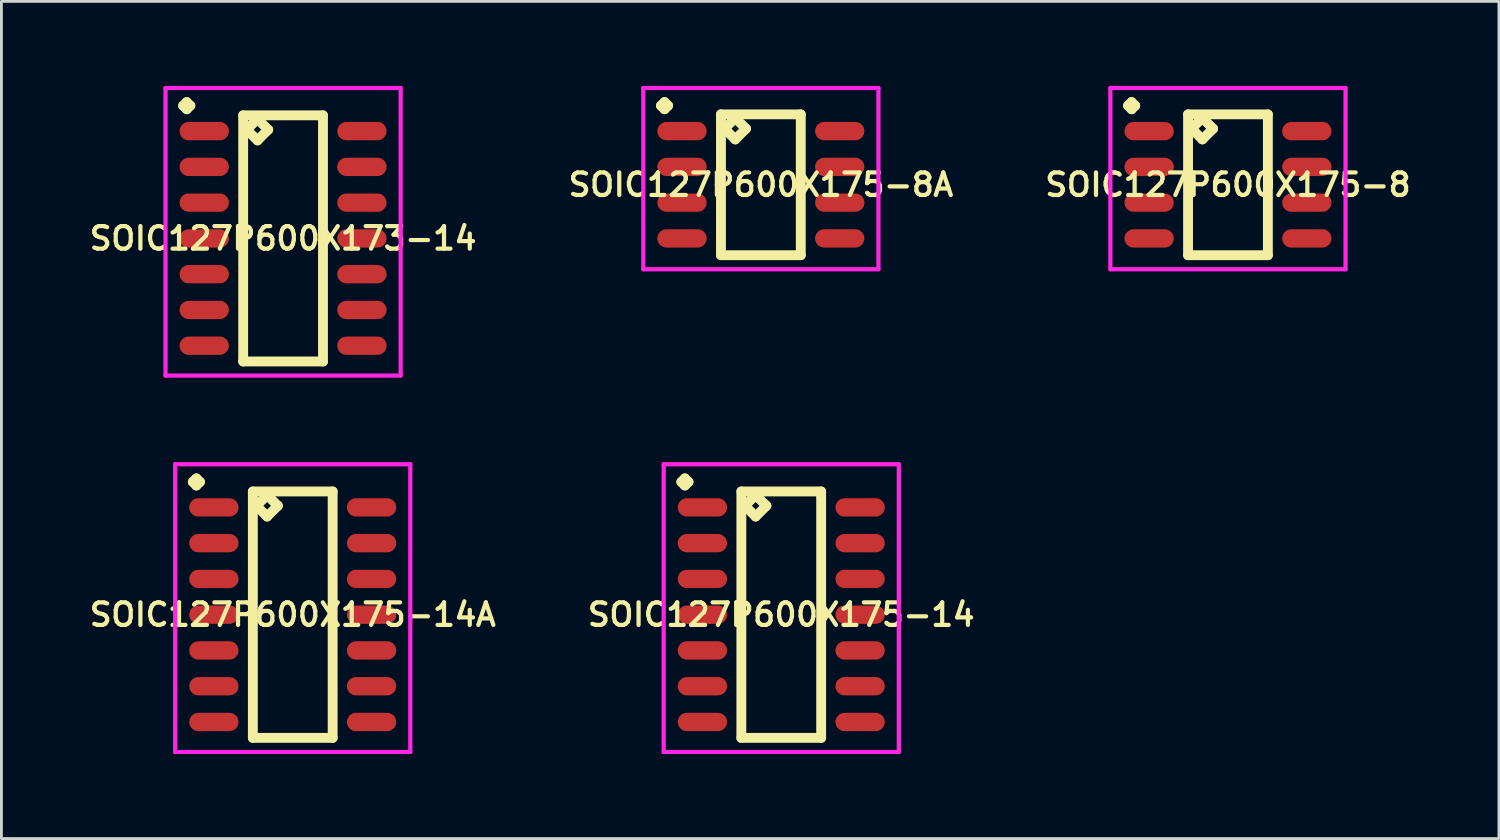
<source format=kicad_pcb>
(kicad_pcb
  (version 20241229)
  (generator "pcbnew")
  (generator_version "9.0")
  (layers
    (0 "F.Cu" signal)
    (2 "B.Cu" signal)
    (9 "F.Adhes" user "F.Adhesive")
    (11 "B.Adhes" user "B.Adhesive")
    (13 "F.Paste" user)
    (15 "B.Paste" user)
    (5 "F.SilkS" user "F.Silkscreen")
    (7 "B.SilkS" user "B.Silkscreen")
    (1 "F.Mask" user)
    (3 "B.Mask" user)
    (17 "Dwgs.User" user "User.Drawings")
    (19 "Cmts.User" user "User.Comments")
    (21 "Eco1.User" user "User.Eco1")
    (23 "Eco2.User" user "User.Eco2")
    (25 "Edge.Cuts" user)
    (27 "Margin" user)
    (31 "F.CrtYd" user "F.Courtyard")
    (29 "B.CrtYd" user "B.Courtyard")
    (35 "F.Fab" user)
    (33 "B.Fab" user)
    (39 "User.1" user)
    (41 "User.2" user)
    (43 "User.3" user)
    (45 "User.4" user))
  (footprint "SOIC127P600X175-8"
    (layer "F.Cu")
    (at 40.554 3.511)
    (property "Reference" "SOIC127P600X175-8" (at 0 0 0) (layer "F.SilkS") (effects (font (size 0.8 0.8) (thickness 0.15))))
    (attr smd)
    (fp_line (start -3.548 -2.809) (end -3.421 -2.936) (stroke (width 0.35) (type solid)) (layer "F.SilkS"))
    (fp_line (start -3.421 -2.936) (end -3.294 -2.809) (stroke (width 0.35) (type solid)) (layer "F.SilkS"))
    (fp_line (start -3.421 -2.682) (end -3.548 -2.809) (stroke (width 0.35) (type solid)) (layer "F.SilkS"))
    (fp_line (start -3.294 -2.809) (end -3.421 -2.682) (stroke (width 0.35) (type solid)) (layer "F.SilkS"))
    (fp_line (start -1.417 -2.5) (end -1.417 2.5) (stroke (width 0.35) (type solid)) (layer "F.SilkS"))
    (fp_line (start -1.417 2.5) (end 1.417 2.5) (stroke (width 0.35) (type solid)) (layer "F.SilkS"))
    (fp_line (start -1.29 -1.992) (end -0.909 -2.373) (stroke (width 0.35) (type solid)) (layer "F.SilkS"))
    (fp_line (start -0.909 -2.373) (end -0.528 -1.992) (stroke (width 0.35) (type solid)) (layer "F.SilkS"))
    (fp_line (start -0.909 -1.611) (end -1.29 -1.992) (stroke (width 0.35) (type solid)) (layer "F.SilkS"))
    (fp_line (start -0.528 -1.992) (end -0.909 -1.611) (stroke (width 0.35) (type solid)) (layer "F.SilkS"))
    (fp_line (start 1.417 -2.5) (end -1.417 -2.5) (stroke (width 0.35) (type solid)) (layer "F.SilkS"))
    (fp_line (start 1.417 2.5) (end 1.417 -2.5) (stroke (width 0.35) (type solid)) (layer "F.SilkS"))
    (fp_line (start -4.175 -3.436) (end 4.175 -3.436) (stroke (width 0.15) (type solid)) (layer "F.CrtYd"))
    (fp_line (start -4.175 3) (end -4.175 -3.436) (stroke (width 0.15) (type solid)) (layer "F.CrtYd"))
    (fp_line (start 4.175 -3.436) (end 4.175 3) (stroke (width 0.15) (type solid)) (layer "F.CrtYd"))
    (fp_line (start 4.175 3) (end -4.175 3) (stroke (width 0.15) (type solid)) (layer "F.CrtYd"))
    (pad "1" smd oval (at -2.8 -1.905) (size 1.75 0.65) (layers "F.Cu" "F.Mask" "F.Paste"))
    (pad "2" smd oval (at -2.8 -0.635) (size 1.75 0.65) (layers "F.Cu" "F.Mask" "F.Paste"))
    (pad "3" smd oval (at -2.8 0.635) (size 1.75 0.65) (layers "F.Cu" "F.Mask" "F.Paste"))
    (pad "4" smd oval (at -2.8 1.905) (size 1.75 0.65) (layers "F.Cu" "F.Mask" "F.Paste"))
    (pad "5" smd oval (at 2.8 1.905) (size 1.75 0.65) (layers "F.Cu" "F.Mask" "F.Paste"))
    (pad "6" smd oval (at 2.8 0.635) (size 1.75 0.65) (layers "F.Cu" "F.Mask" "F.Paste"))
    (pad "7" smd oval (at 2.8 -0.635) (size 1.75 0.65) (layers "F.Cu" "F.Mask" "F.Paste"))
    (pad "8" smd oval (at 2.8 -1.905) (size 1.75 0.65) (layers "F.Cu" "F.Mask" "F.Paste")))
  (footprint "SOIC127P600X173-14"
    (layer "F.Cu")
    (at 7.002 5.416)
    (property "Reference" "SOIC127P600X173-14" (at 0 0 0) (layer "F.SilkS") (effects (font (size 0.8 0.8) (thickness 0.15))))
    (attr smd)
    (fp_line (start -3.548 -4.714) (end -3.421 -4.841) (stroke (width 0.35) (type solid)) (layer "F.SilkS"))
    (fp_line (start -3.421 -4.841) (end -3.294 -4.714) (stroke (width 0.35) (type solid)) (layer "F.SilkS"))
    (fp_line (start -3.421 -4.587) (end -3.548 -4.714) (stroke (width 0.35) (type solid)) (layer "F.SilkS"))
    (fp_line (start -3.294 -4.714) (end -3.421 -4.587) (stroke (width 0.35) (type solid)) (layer "F.SilkS"))
    (fp_line (start -1.417 -4.37) (end -1.417 4.37) (stroke (width 0.35) (type solid)) (layer "F.SilkS"))
    (fp_line (start -1.417 4.37) (end 1.417 4.37) (stroke (width 0.35) (type solid)) (layer "F.SilkS"))
    (fp_line (start -1.29 -3.862) (end -0.909 -4.243) (stroke (width 0.35) (type solid)) (layer "F.SilkS"))
    (fp_line (start -0.909 -4.243) (end -0.528 -3.862) (stroke (width 0.35) (type solid)) (layer "F.SilkS"))
    (fp_line (start -0.909 -3.481) (end -1.29 -3.862) (stroke (width 0.35) (type solid)) (layer "F.SilkS"))
    (fp_line (start -0.528 -3.862) (end -0.909 -3.481) (stroke (width 0.35) (type solid)) (layer "F.SilkS"))
    (fp_line (start 1.417 -4.37) (end -1.417 -4.37) (stroke (width 0.35) (type solid)) (layer "F.SilkS"))
    (fp_line (start 1.417 4.37) (end 1.417 -4.37) (stroke (width 0.35) (type solid)) (layer "F.SilkS"))
    (fp_line (start -4.175 -5.341) (end 4.175 -5.341) (stroke (width 0.15) (type solid)) (layer "F.CrtYd"))
    (fp_line (start -4.175 4.87) (end -4.175 -5.341) (stroke (width 0.15) (type solid)) (layer "F.CrtYd"))
    (fp_line (start 4.175 -5.341) (end 4.175 4.87) (stroke (width 0.15) (type solid)) (layer "F.CrtYd"))
    (fp_line (start 4.175 4.87) (end -4.175 4.87) (stroke (width 0.15) (type solid)) (layer "F.CrtYd"))
    (pad "1" smd oval (at -2.8 -3.81) (size 1.75 0.65) (layers "F.Cu" "F.Mask" "F.Paste"))
    (pad "2" smd oval (at -2.8 -2.54) (size 1.75 0.65) (layers "F.Cu" "F.Mask" "F.Paste"))
    (pad "3" smd oval (at -2.8 -1.27) (size 1.75 0.65) (layers "F.Cu" "F.Mask" "F.Paste"))
    (pad "4" smd oval (at -2.8 0) (size 1.75 0.65) (layers "F.Cu" "F.Mask" "F.Paste"))
    (pad "5" smd oval (at -2.8 1.27) (size 1.75 0.65) (layers "F.Cu" "F.Mask" "F.Paste"))
    (pad "6" smd oval (at -2.8 2.54) (size 1.75 0.65) (layers "F.Cu" "F.Mask" "F.Paste"))
    (pad "7" smd oval (at -2.8 3.81) (size 1.75 0.65) (layers "F.Cu" "F.Mask" "F.Paste"))
    (pad "8" smd oval (at 2.8 3.81) (size 1.75 0.65) (layers "F.Cu" "F.Mask" "F.Paste"))
    (pad "9" smd oval (at 2.8 2.54) (size 1.75 0.65) (layers "F.Cu" "F.Mask" "F.Paste"))
    (pad "10" smd oval (at 2.8 1.27) (size 1.75 0.65) (layers "F.Cu" "F.Mask" "F.Paste"))
    (pad "11" smd oval (at 2.8 0) (size 1.75 0.65) (layers "F.Cu" "F.Mask" "F.Paste"))
    (pad "12" smd oval (at 2.8 -1.27) (size 1.75 0.65) (layers "F.Cu" "F.Mask" "F.Paste"))
    (pad "13" smd oval (at 2.8 -2.54) (size 1.75 0.65) (layers "F.Cu" "F.Mask" "F.Paste"))
    (pad "14" smd oval (at 2.8 -3.81) (size 1.75 0.65) (layers "F.Cu" "F.Mask" "F.Paste")))
  (footprint "SOIC127P600X175-14"
    (layer "F.Cu")
    (at 24.692 18.777)
    (property "Reference" "SOIC127P600X175-14" (at 0 0 0) (layer "F.SilkS") (effects (font (size 0.8 0.8) (thickness 0.15))))
    (attr smd)
    (fp_line (start -3.548 -4.714) (end -3.421 -4.841) (stroke (width 0.35) (type solid)) (layer "F.SilkS"))
    (fp_line (start -3.421 -4.841) (end -3.294 -4.714) (stroke (width 0.35) (type solid)) (layer "F.SilkS"))
    (fp_line (start -3.421 -4.587) (end -3.548 -4.714) (stroke (width 0.35) (type solid)) (layer "F.SilkS"))
    (fp_line (start -3.294 -4.714) (end -3.421 -4.587) (stroke (width 0.35) (type solid)) (layer "F.SilkS"))
    (fp_line (start -1.417 -4.375) (end -1.417 4.375) (stroke (width 0.35) (type solid)) (layer "F.SilkS"))
    (fp_line (start -1.417 4.375) (end 1.417 4.375) (stroke (width 0.35) (type solid)) (layer "F.SilkS"))
    (fp_line (start -1.29 -3.867) (end -0.909 -4.248) (stroke (width 0.35) (type solid)) (layer "F.SilkS"))
    (fp_line (start -0.909 -4.248) (end -0.528 -3.867) (stroke (width 0.35) (type solid)) (layer "F.SilkS"))
    (fp_line (start -0.909 -3.486) (end -1.29 -3.867) (stroke (width 0.35) (type solid)) (layer "F.SilkS"))
    (fp_line (start -0.528 -3.867) (end -0.909 -3.486) (stroke (width 0.35) (type solid)) (layer "F.SilkS"))
    (fp_line (start 1.417 -4.375) (end -1.417 -4.375) (stroke (width 0.35) (type solid)) (layer "F.SilkS"))
    (fp_line (start 1.417 4.375) (end 1.417 -4.375) (stroke (width 0.35) (type solid)) (layer "F.SilkS"))
    (fp_line (start -4.175 -5.341) (end 4.175 -5.341) (stroke (width 0.15) (type solid)) (layer "F.CrtYd"))
    (fp_line (start -4.175 4.875) (end -4.175 -5.341) (stroke (width 0.15) (type solid)) (layer "F.CrtYd"))
    (fp_line (start 4.175 -5.341) (end 4.175 4.875) (stroke (width 0.15) (type solid)) (layer "F.CrtYd"))
    (fp_line (start 4.175 4.875) (end -4.175 4.875) (stroke (width 0.15) (type solid)) (layer "F.CrtYd"))
    (pad "1" smd oval (at -2.8 -3.81) (size 1.75 0.65) (layers "F.Cu" "F.Mask" "F.Paste"))
    (pad "2" smd oval (at -2.8 -2.54) (size 1.75 0.65) (layers "F.Cu" "F.Mask" "F.Paste"))
    (pad "3" smd oval (at -2.8 -1.27) (size 1.75 0.65) (layers "F.Cu" "F.Mask" "F.Paste"))
    (pad "4" smd oval (at -2.8 0) (size 1.75 0.65) (layers "F.Cu" "F.Mask" "F.Paste"))
    (pad "5" smd oval (at -2.8 1.27) (size 1.75 0.65) (layers "F.Cu" "F.Mask" "F.Paste"))
    (pad "6" smd oval (at -2.8 2.54) (size 1.75 0.65) (layers "F.Cu" "F.Mask" "F.Paste"))
    (pad "7" smd oval (at -2.8 3.81) (size 1.75 0.65) (layers "F.Cu" "F.Mask" "F.Paste"))
    (pad "8" smd oval (at 2.8 3.81) (size 1.75 0.65) (layers "F.Cu" "F.Mask" "F.Paste"))
    (pad "9" smd oval (at 2.8 2.54) (size 1.75 0.65) (layers "F.Cu" "F.Mask" "F.Paste"))
    (pad "10" smd oval (at 2.8 1.27) (size 1.75 0.65) (layers "F.Cu" "F.Mask" "F.Paste"))
    (pad "11" smd oval (at 2.8 0) (size 1.75 0.65) (layers "F.Cu" "F.Mask" "F.Paste"))
    (pad "12" smd oval (at 2.8 -1.27) (size 1.75 0.65) (layers "F.Cu" "F.Mask" "F.Paste"))
    (pad "13" smd oval (at 2.8 -2.54) (size 1.75 0.65) (layers "F.Cu" "F.Mask" "F.Paste"))
    (pad "14" smd oval (at 2.8 -3.81) (size 1.75 0.65) (layers "F.Cu" "F.Mask" "F.Paste")))
  (footprint "SOIC127P600X175-14A"
    (layer "F.Cu")
    (at 7.345 18.777)
    (property "Reference" "SOIC127P600X175-14A" (at 0 0 0) (layer "F.SilkS") (effects (font (size 0.8 0.8) (thickness 0.15))))
    (attr smd)
    (fp_line (start -3.548 -4.714) (end -3.421 -4.841) (stroke (width 0.35) (type solid)) (layer "F.SilkS"))
    (fp_line (start -3.421 -4.841) (end -3.294 -4.714) (stroke (width 0.35) (type solid)) (layer "F.SilkS"))
    (fp_line (start -3.421 -4.587) (end -3.548 -4.714) (stroke (width 0.35) (type solid)) (layer "F.SilkS"))
    (fp_line (start -3.294 -4.714) (end -3.421 -4.587) (stroke (width 0.35) (type solid)) (layer "F.SilkS"))
    (fp_line (start -1.417 -4.375) (end -1.417 4.375) (stroke (width 0.35) (type solid)) (layer "F.SilkS"))
    (fp_line (start -1.417 4.375) (end 1.417 4.375) (stroke (width 0.35) (type solid)) (layer "F.SilkS"))
    (fp_line (start -1.29 -3.867) (end -0.909 -4.248) (stroke (width 0.35) (type solid)) (layer "F.SilkS"))
    (fp_line (start -0.909 -4.248) (end -0.528 -3.867) (stroke (width 0.35) (type solid)) (layer "F.SilkS"))
    (fp_line (start -0.909 -3.486) (end -1.29 -3.867) (stroke (width 0.35) (type solid)) (layer "F.SilkS"))
    (fp_line (start -0.528 -3.867) (end -0.909 -3.486) (stroke (width 0.35) (type solid)) (layer "F.SilkS"))
    (fp_line (start 1.417 -4.375) (end -1.417 -4.375) (stroke (width 0.35) (type solid)) (layer "F.SilkS"))
    (fp_line (start 1.417 4.375) (end 1.417 -4.375) (stroke (width 0.35) (type solid)) (layer "F.SilkS"))
    (fp_line (start -4.175 -5.341) (end 4.175 -5.341) (stroke (width 0.15) (type solid)) (layer "F.CrtYd"))
    (fp_line (start -4.175 4.875) (end -4.175 -5.341) (stroke (width 0.15) (type solid)) (layer "F.CrtYd"))
    (fp_line (start 4.175 -5.341) (end 4.175 4.875) (stroke (width 0.15) (type solid)) (layer "F.CrtYd"))
    (fp_line (start 4.175 4.875) (end -4.175 4.875) (stroke (width 0.15) (type solid)) (layer "F.CrtYd"))
    (pad "1" smd oval (at -2.8 -3.81) (size 1.75 0.65) (layers "F.Cu" "F.Mask" "F.Paste"))
    (pad "2" smd oval (at -2.8 -2.54) (size 1.75 0.65) (layers "F.Cu" "F.Mask" "F.Paste"))
    (pad "3" smd oval (at -2.8 -1.27) (size 1.75 0.65) (layers "F.Cu" "F.Mask" "F.Paste"))
    (pad "4" smd oval (at -2.8 0) (size 1.75 0.65) (layers "F.Cu" "F.Mask" "F.Paste"))
    (pad "5" smd oval (at -2.8 1.27) (size 1.75 0.65) (layers "F.Cu" "F.Mask" "F.Paste"))
    (pad "6" smd oval (at -2.8 2.54) (size 1.75 0.65) (layers "F.Cu" "F.Mask" "F.Paste"))
    (pad "7" smd oval (at -2.8 3.81) (size 1.75 0.65) (layers "F.Cu" "F.Mask" "F.Paste"))
    (pad "8" smd oval (at 2.8 3.81) (size 1.75 0.65) (layers "F.Cu" "F.Mask" "F.Paste"))
    (pad "9" smd oval (at 2.8 2.54) (size 1.75 0.65) (layers "F.Cu" "F.Mask" "F.Paste"))
    (pad "10" smd oval (at 2.8 1.27) (size 1.75 0.65) (layers "F.Cu" "F.Mask" "F.Paste"))
    (pad "11" smd oval (at 2.8 0) (size 1.75 0.65) (layers "F.Cu" "F.Mask" "F.Paste"))
    (pad "12" smd oval (at 2.8 -1.27) (size 1.75 0.65) (layers "F.Cu" "F.Mask" "F.Paste"))
    (pad "13" smd oval (at 2.8 -2.54) (size 1.75 0.65) (layers "F.Cu" "F.Mask" "F.Paste"))
    (pad "14" smd oval (at 2.8 -3.81) (size 1.75 0.65) (layers "F.Cu" "F.Mask" "F.Paste")))
  (footprint "SOIC127P600X175-8A"
    (layer "F.Cu")
    (at 23.968 3.511)
    (property "Reference" "SOIC127P600X175-8A" (at 0 0 0) (layer "F.SilkS") (effects (font (size 0.8 0.8) (thickness 0.15))))
    (attr smd)
    (fp_line (start -3.548 -2.809) (end -3.421 -2.936) (stroke (width 0.35) (type solid)) (layer "F.SilkS"))
    (fp_line (start -3.421 -2.936) (end -3.294 -2.809) (stroke (width 0.35) (type solid)) (layer "F.SilkS"))
    (fp_line (start -3.421 -2.682) (end -3.548 -2.809) (stroke (width 0.35) (type solid)) (layer "F.SilkS"))
    (fp_line (start -3.294 -2.809) (end -3.421 -2.682) (stroke (width 0.35) (type solid)) (layer "F.SilkS"))
    (fp_line (start -1.417 -2.5) (end -1.417 2.5) (stroke (width 0.35) (type solid)) (layer "F.SilkS"))
    (fp_line (start -1.417 2.5) (end 1.417 2.5) (stroke (width 0.35) (type solid)) (layer "F.SilkS"))
    (fp_line (start -1.29 -1.992) (end -0.909 -2.373) (stroke (width 0.35) (type solid)) (layer "F.SilkS"))
    (fp_line (start -0.909 -2.373) (end -0.528 -1.992) (stroke (width 0.35) (type solid)) (layer "F.SilkS"))
    (fp_line (start -0.909 -1.611) (end -1.29 -1.992) (stroke (width 0.35) (type solid)) (layer "F.SilkS"))
    (fp_line (start -0.528 -1.992) (end -0.909 -1.611) (stroke (width 0.35) (type solid)) (layer "F.SilkS"))
    (fp_line (start 1.417 -2.5) (end -1.417 -2.5) (stroke (width 0.35) (type solid)) (layer "F.SilkS"))
    (fp_line (start 1.417 2.5) (end 1.417 -2.5) (stroke (width 0.35) (type solid)) (layer "F.SilkS"))
    (fp_line (start -4.175 -3.436) (end 4.175 -3.436) (stroke (width 0.15) (type solid)) (layer "F.CrtYd"))
    (fp_line (start -4.175 3) (end -4.175 -3.436) (stroke (width 0.15) (type solid)) (layer "F.CrtYd"))
    (fp_line (start 4.175 -3.436) (end 4.175 3) (stroke (width 0.15) (type solid)) (layer "F.CrtYd"))
    (fp_line (start 4.175 3) (end -4.175 3) (stroke (width 0.15) (type solid)) (layer "F.CrtYd"))
    (pad "1" smd oval (at -2.8 -1.905) (size 1.75 0.65) (layers "F.Cu" "F.Mask" "F.Paste"))
    (pad "2" smd oval (at -2.8 -0.635) (size 1.75 0.65) (layers "F.Cu" "F.Mask" "F.Paste"))
    (pad "3" smd oval (at -2.8 0.635) (size 1.75 0.65) (layers "F.Cu" "F.Mask" "F.Paste"))
    (pad "4" smd oval (at -2.8 1.905) (size 1.75 0.65) (layers "F.Cu" "F.Mask" "F.Paste"))
    (pad "5" smd oval (at 2.8 1.905) (size 1.75 0.65) (layers "F.Cu" "F.Mask" "F.Paste"))
    (pad "6" smd oval (at 2.8 0.635) (size 1.75 0.65) (layers "F.Cu" "F.Mask" "F.Paste"))
    (pad "7" smd oval (at 2.8 -0.635) (size 1.75 0.65) (layers "F.Cu" "F.Mask" "F.Paste"))
    (pad "8" smd oval (at 2.8 -1.905) (size 1.75 0.65) (layers "F.Cu" "F.Mask" "F.Paste")))
  (gr_rect
    (start -3 -3)
    (end 50.175 26.727)
    (stroke (width 0.1) (type default))
    (fill no)
    (layer "Edge.Cuts")))
</source>
